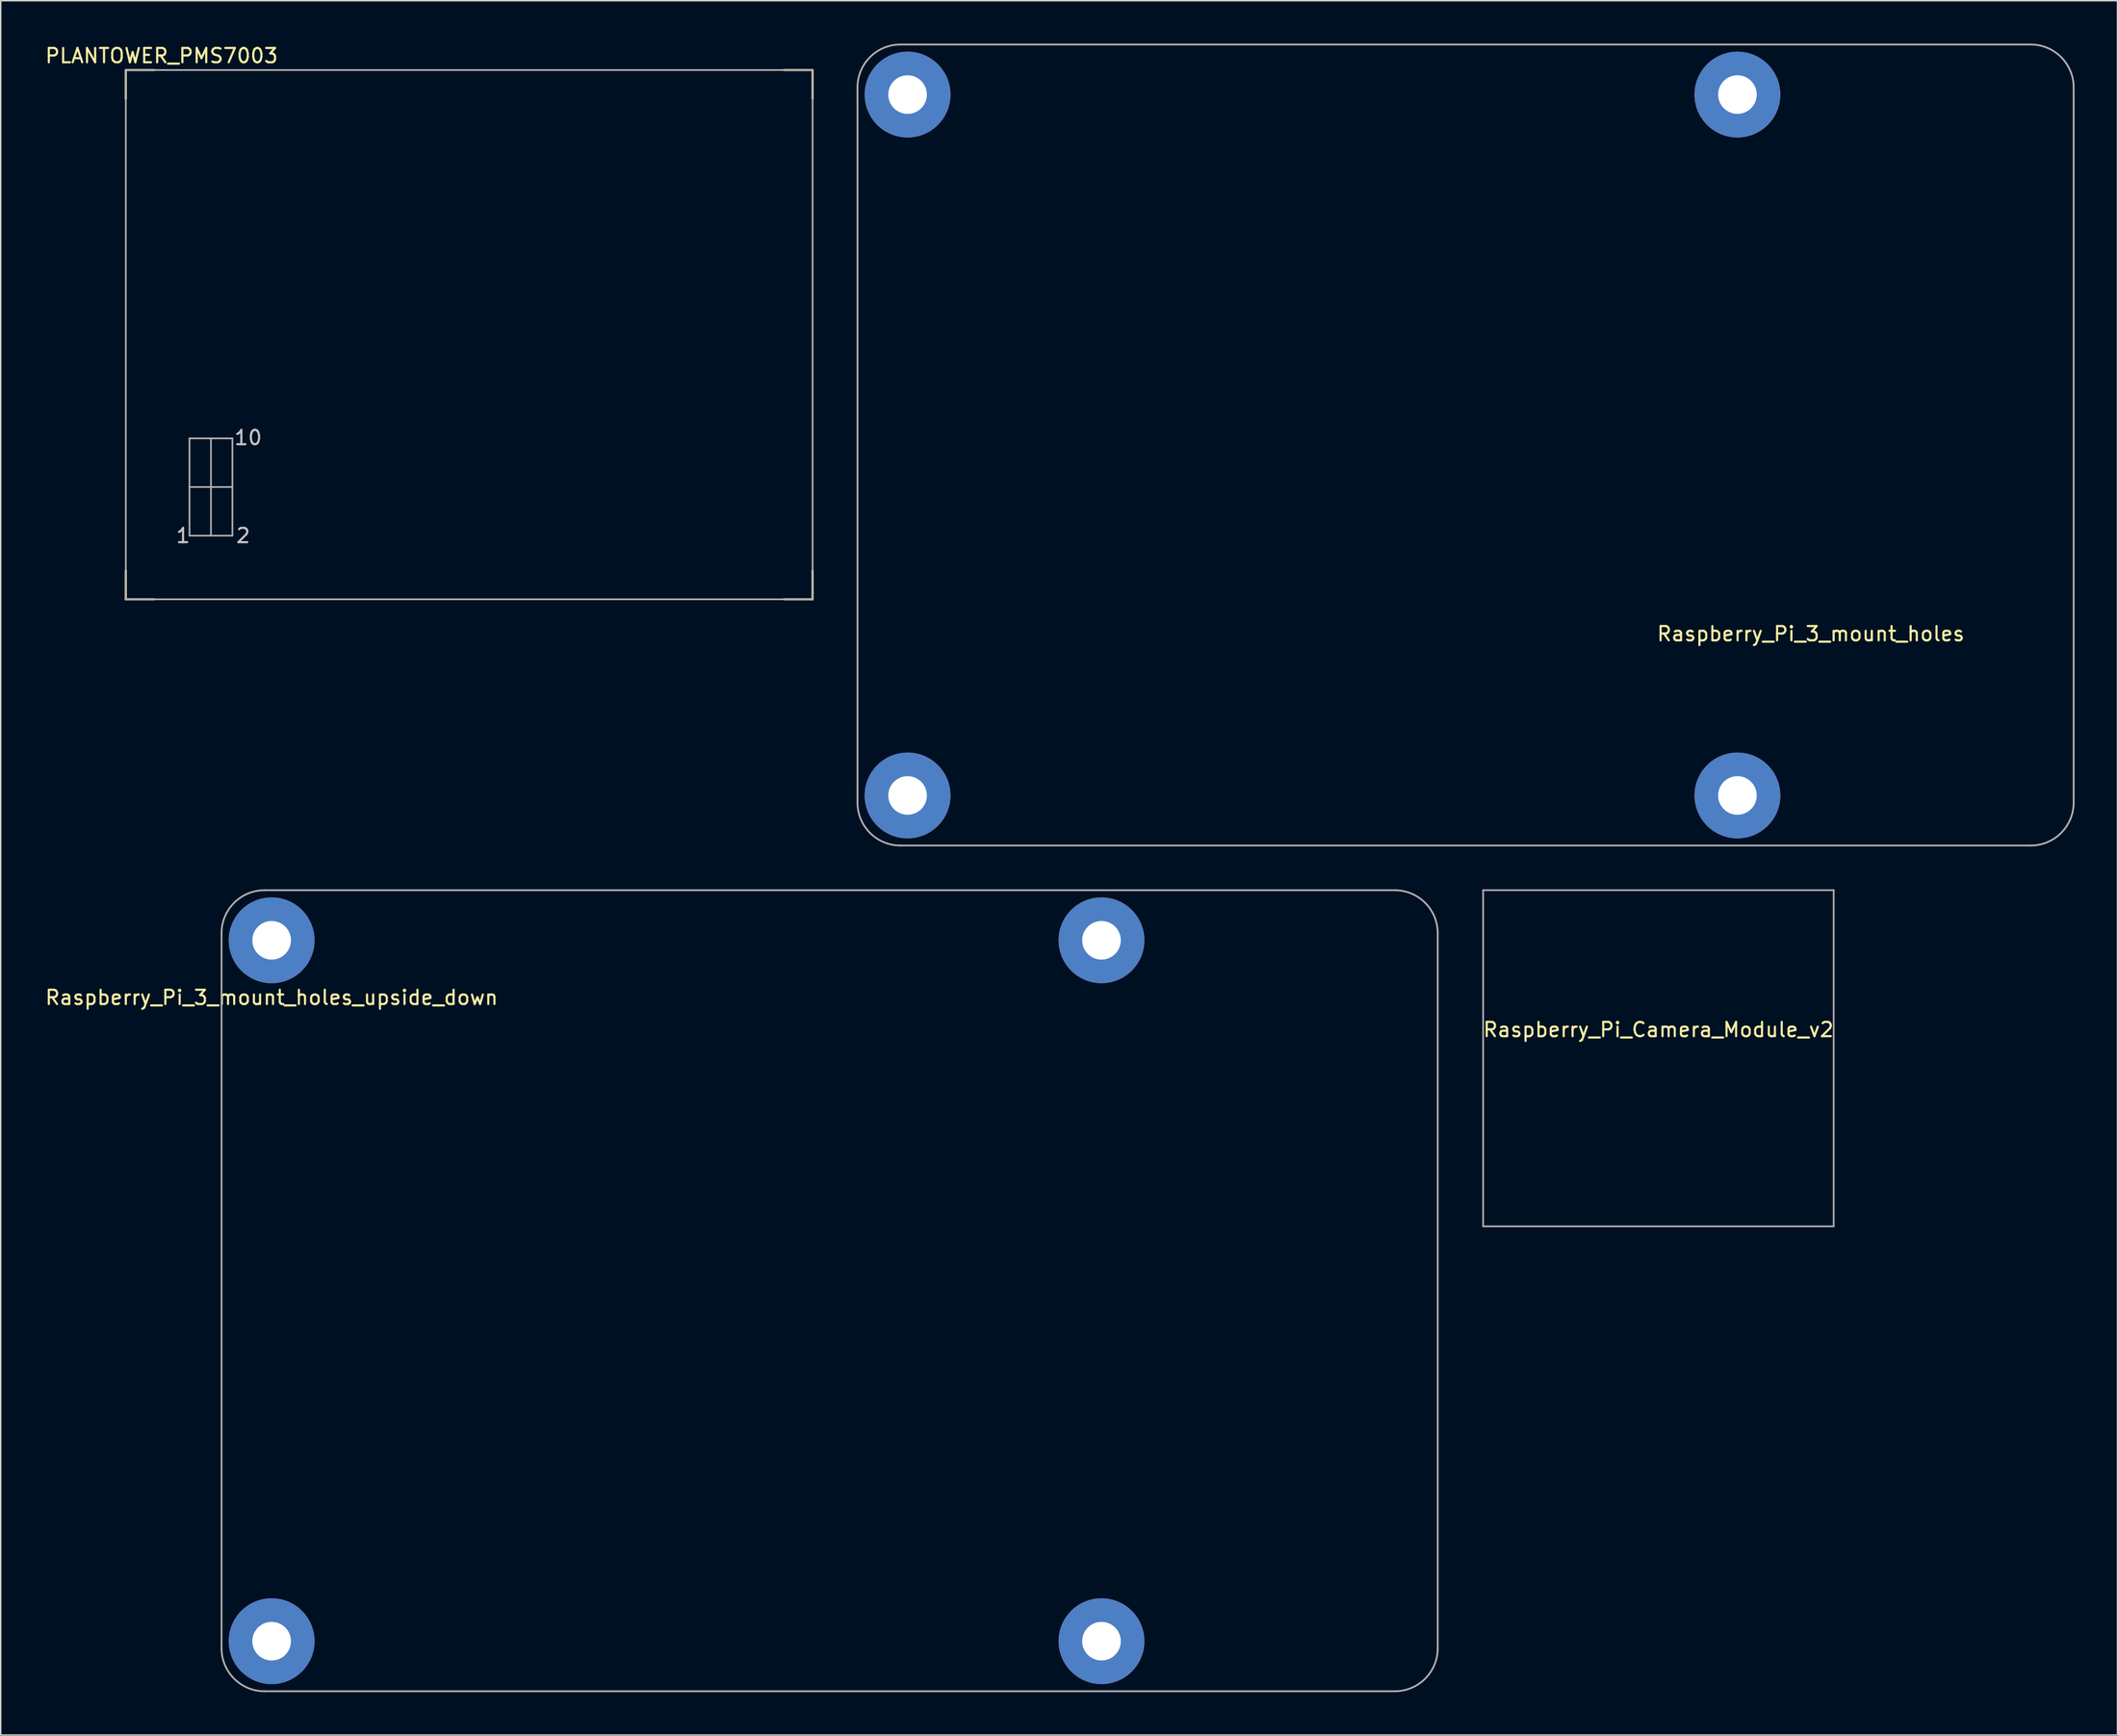
<source format=kicad_pcb>
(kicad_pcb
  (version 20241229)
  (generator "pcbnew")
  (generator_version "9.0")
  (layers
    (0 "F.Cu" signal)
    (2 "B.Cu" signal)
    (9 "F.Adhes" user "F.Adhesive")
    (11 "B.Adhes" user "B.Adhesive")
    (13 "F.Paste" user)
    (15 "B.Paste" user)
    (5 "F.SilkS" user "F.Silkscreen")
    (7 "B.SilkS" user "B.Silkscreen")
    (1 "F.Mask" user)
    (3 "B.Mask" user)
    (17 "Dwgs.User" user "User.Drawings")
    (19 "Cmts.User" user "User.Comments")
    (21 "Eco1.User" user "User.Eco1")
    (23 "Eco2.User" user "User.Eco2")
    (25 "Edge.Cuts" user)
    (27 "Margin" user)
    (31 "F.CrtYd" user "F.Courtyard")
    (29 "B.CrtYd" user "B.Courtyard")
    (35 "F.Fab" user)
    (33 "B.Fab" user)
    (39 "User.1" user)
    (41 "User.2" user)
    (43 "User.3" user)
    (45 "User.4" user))
  (footprint "Raspberry_Pi_3_mount_holes"
    (layer "F.Cu")
    (at 99.382 28.062)
    (property "Reference" "Raspberry_Pi_3_mount_holes" (at 24.13 13.2 0) (layer "F.SilkS") (effects (font (size 1 1) (thickness 0.15))))
    (attr through_hole)
    (fp_line (start -42.5 -25) (end -42.5 25) (stroke (width 0.125) (type solid)) (layer "F.Fab"))
    (fp_line (start -39.5 -28) (end 39.5 -28) (stroke (width 0.125) (type solid)) (layer "F.Fab"))
    (fp_line (start -39.5 28) (end 39.5 28) (stroke (width 0.125) (type solid)) (layer "F.Fab"))
    (fp_line (start 42.5 -25) (end 42.5 25) (stroke (width 0.125) (type solid)) (layer "F.Fab"))
    (fp_arc (start -42.5 -25) (mid -41.62132 -27.12132) (end -39.5 -28) (stroke (width 0.125) (type solid)) (layer "F.Fab"))
    (fp_arc (start -39.5 28) (mid -41.62132 27.12132) (end -42.5 25) (stroke (width 0.125) (type solid)) (layer "F.Fab"))
    (fp_arc (start 39.5 -28) (mid 41.62132 -27.12132) (end 42.5 -25) (stroke (width 0.125) (type solid)) (layer "F.Fab"))
    (fp_arc (start 42.5 25) (mid 41.62132 27.12132) (end 39.5 28) (stroke (width 0.125) (type solid)) (layer "F.Fab"))
    (pad "1" thru_hole circle (at -39 -24.5) (size 6 6) (drill 2.7) (layers "*.Cu" "*.Mask"))
    (pad "2" thru_hole circle (at -39 24.5) (size 6 6) (drill 2.7) (layers "*.Cu" "*.Mask"))
    (pad "3" thru_hole circle (at 19 24.5) (size 6 6) (drill 2.7) (layers "*.Cu" "*.Mask"))
    (pad "4" thru_hole circle (at 19 -24.5) (size 6 6) (drill 2.7) (layers "*.Cu" "*.Mask")))
  (footprint "Raspberry_Pi_3_mount_holes_upside_down"
    (layer "F.Cu")
    (at 54.935 87.188)
    (property "Reference" "Raspberry_Pi_3_mount_holes_upside_down" (at -39 -20.5 0) (layer "F.SilkS") (effects (font (size 1 1) (thickness 0.15))))
    (attr through_hole)
    (fp_line (start -42.5 -25) (end -42.5 25) (stroke (width 0.125) (type solid)) (layer "F.Fab"))
    (fp_line (start -39.5 -28) (end 39.5 -28) (stroke (width 0.125) (type solid)) (layer "F.Fab"))
    (fp_line (start -39.5 28) (end 39.5 28) (stroke (width 0.125) (type solid)) (layer "F.Fab"))
    (fp_line (start 42.5 -25) (end 42.5 25) (stroke (width 0.125) (type solid)) (layer "F.Fab"))
    (fp_arc (start -42.5 -25) (mid -41.62132 -27.12132) (end -39.5 -28) (stroke (width 0.125) (type solid)) (layer "F.Fab"))
    (fp_arc (start -39.5 28) (mid -41.62132 27.12132) (end -42.5 25) (stroke (width 0.125) (type solid)) (layer "F.Fab"))
    (fp_arc (start 39.5 -28) (mid 41.62132 -27.12132) (end 42.5 -25) (stroke (width 0.125) (type solid)) (layer "F.Fab"))
    (fp_arc (start 42.5 25) (mid 41.62132 27.12132) (end 39.5 28) (stroke (width 0.125) (type solid)) (layer "F.Fab"))
    (pad "1" thru_hole circle (at -39 -24.5) (size 6 6) (drill 2.7) (layers "*.Cu" "*.Mask"))
    (pad "2" thru_hole circle (at -39 24.5) (size 6 6) (drill 2.7) (layers "*.Cu" "*.Mask"))
    (pad "3" thru_hole circle (at 19 24.5) (size 6 6) (drill 2.7) (layers "*.Cu" "*.Mask"))
    (pad "4" thru_hole circle (at 19 -24.5) (size 6 6) (drill 2.7) (layers "*.Cu" "*.Mask")))
  (footprint "Raspberry_Pi_Camera_Module_v2"
    (layer "F.Cu")
    (at 112.86 68.435)
    (property "Reference" "Raspberry_Pi_Camera_Module_v2" (at 0 0.5 0) (layer "F.SilkS") (effects (font (size 1 1) (thickness 0.15))))
    (attr through_hole)
    (fp_line (start -12.25 -9.25) (end 12.25 -9.25) (stroke (width 0.12) (type solid)) (layer "F.Fab"))
    (fp_line (start -12.25 14.25) (end -12.25 -9.25) (stroke (width 0.12) (type solid)) (layer "F.Fab"))
    (fp_line (start 12.25 -9.25) (end 12.25 14.25) (stroke (width 0.12) (type solid)) (layer "F.Fab"))
    (fp_line (start 12.25 14.25) (end -12.25 14.25) (stroke (width 0.12) (type solid)) (layer "F.Fab")))
  (footprint "PLANTOWER_PMS7003"
    (layer "F.Cu")
    (at 29.744 20.348)
    (property "Reference" "PLANTOWER_PMS7003" (at -21.5 -19.5 0) (layer "F.SilkS") (effects (font (size 1 1) (thickness 0.15))))
    (attr through_hole)
    (fp_line (start -24 -18.5) (end -24 -16.5) (stroke (width 0.15) (type solid)) (layer "F.SilkS"))
    (fp_line (start -24 -18.5) (end -22 -18.5) (stroke (width 0.15) (type solid)) (layer "F.SilkS"))
    (fp_line (start -24 18.5) (end -24 16.5) (stroke (width 0.15) (type solid)) (layer "F.SilkS"))
    (fp_line (start -22 18.5) (end -24 18.5) (stroke (width 0.15) (type solid)) (layer "F.SilkS"))
    (fp_line (start 22 -18.5) (end 24 -18.5) (stroke (width 0.15) (type solid)) (layer "F.SilkS"))
    (fp_line (start 24 -18.5) (end 24 -16.5) (stroke (width 0.15) (type solid)) (layer "F.SilkS"))
    (fp_line (start 24 16.5) (end 24 18.5) (stroke (width 0.15) (type solid)) (layer "F.SilkS"))
    (fp_line (start 24 18.5) (end 22 18.5) (stroke (width 0.15) (type solid)) (layer "F.SilkS"))
    (fp_line (start -24 -18.5) (end 24 -18.5) (stroke (width 0.12) (type solid)) (layer "F.Fab"))
    (fp_line (start -24 18.5) (end -24 -18.5) (stroke (width 0.12) (type solid)) (layer "F.Fab"))
    (fp_line (start -19.55 7.25) (end -19.55 14.05) (stroke (width 0.12) (type solid)) (layer "F.Fab"))
    (fp_line (start -19.55 10.65) (end -16.55 10.65) (stroke (width 0.12) (type solid)) (layer "F.Fab"))
    (fp_line (start -19.55 14.05) (end -16.55 14.05) (stroke (width 0.12) (type solid)) (layer "F.Fab"))
    (fp_line (start -18.05 14.05) (end -18.05 7.25) (stroke (width 0.12) (type solid)) (layer "F.Fab"))
    (fp_line (start -16.55 7.25) (end -19.55 7.25) (stroke (width 0.12) (type solid)) (layer "F.Fab"))
    (fp_line (start -16.55 14.05) (end -16.55 7.25) (stroke (width 0.12) (type solid)) (layer "F.Fab"))
    (fp_line (start 24 -18.5) (end 24 18.5) (stroke (width 0.12) (type solid)) (layer "F.Fab"))
    (fp_line (start 24 18.5) (end -24 18.5) (stroke (width 0.12) (type solid)) (layer "F.Fab"))
    (fp_text user "1" (at -20 14.05 0) (layer "Dwgs.User") (effects (font (size 1 1) (thickness 0.15))))
    (fp_text user "10" (at -15.45 7.2 0) (layer "Dwgs.User") (effects (font (size 1 1) (thickness 0.15))))
    (fp_text user "2" (at -15.8 14.05 0) (layer "Dwgs.User") (effects (font (size 1 1) (thickness 0.15)))))
  (gr_rect
    (start -3 -3)
    (end 144.944 118.25)
    (stroke (width 0.1) (type default))
    (fill no)
    (layer "Edge.Cuts")))
</source>
